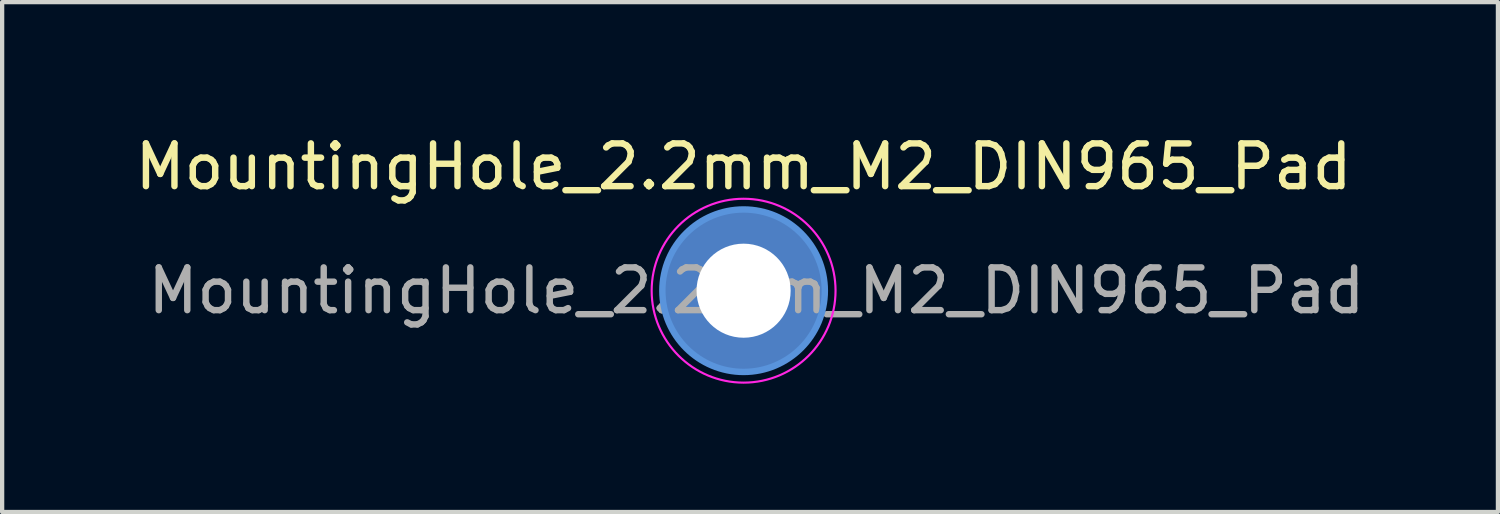
<source format=kicad_pcb>
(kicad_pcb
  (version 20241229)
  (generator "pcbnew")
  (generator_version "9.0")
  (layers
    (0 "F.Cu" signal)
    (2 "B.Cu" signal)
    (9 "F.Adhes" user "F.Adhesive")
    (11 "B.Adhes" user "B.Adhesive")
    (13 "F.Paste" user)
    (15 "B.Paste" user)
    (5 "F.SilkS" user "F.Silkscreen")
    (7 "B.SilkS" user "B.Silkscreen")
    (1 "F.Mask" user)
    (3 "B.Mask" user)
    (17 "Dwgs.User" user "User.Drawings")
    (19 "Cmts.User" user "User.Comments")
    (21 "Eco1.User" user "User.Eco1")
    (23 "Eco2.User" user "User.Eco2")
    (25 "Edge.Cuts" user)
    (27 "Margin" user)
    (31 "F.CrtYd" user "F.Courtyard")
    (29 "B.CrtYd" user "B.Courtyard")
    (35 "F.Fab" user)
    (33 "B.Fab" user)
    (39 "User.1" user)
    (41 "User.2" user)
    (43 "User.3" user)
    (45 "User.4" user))
  (footprint "MountingHole_2.2mm_M2_DIN965_Pad"
    (layer "F.Cu")
    (at 14.339 3.748)
    (property "Reference" "MountingHole_2.2mm_M2_DIN965_Pad" (at 0 -2.9 0) (layer "F.SilkS") (effects (font (size 1 1) (thickness 0.15))))
    (attr exclude_from_pos_files exclude_from_bom)
    (fp_circle (center 0 0) (end 1.9 0) (stroke (width 0.15) (type solid)) (fill no) (layer "Cmts.User"))
    (fp_circle (center 0 0) (end 2.15 0) (stroke (width 0.05) (type solid)) (fill no) (layer "F.CrtYd"))
    (fp_text user "${REFERENCE}" (at 0.3 0 0) (layer "F.Fab") (effects (font (size 1 1) (thickness 0.15))))
    (pad "1" thru_hole circle (at 0 0) (size 3.8 3.8) (drill 2.2) (layers "*.Cu" "*.Mask")))
  (gr_rect
    (start -3 -3)
    (end 31.979 8.923)
    (stroke (width 0.1) (type default))
    (fill no)
    (layer "Edge.Cuts")))
</source>
